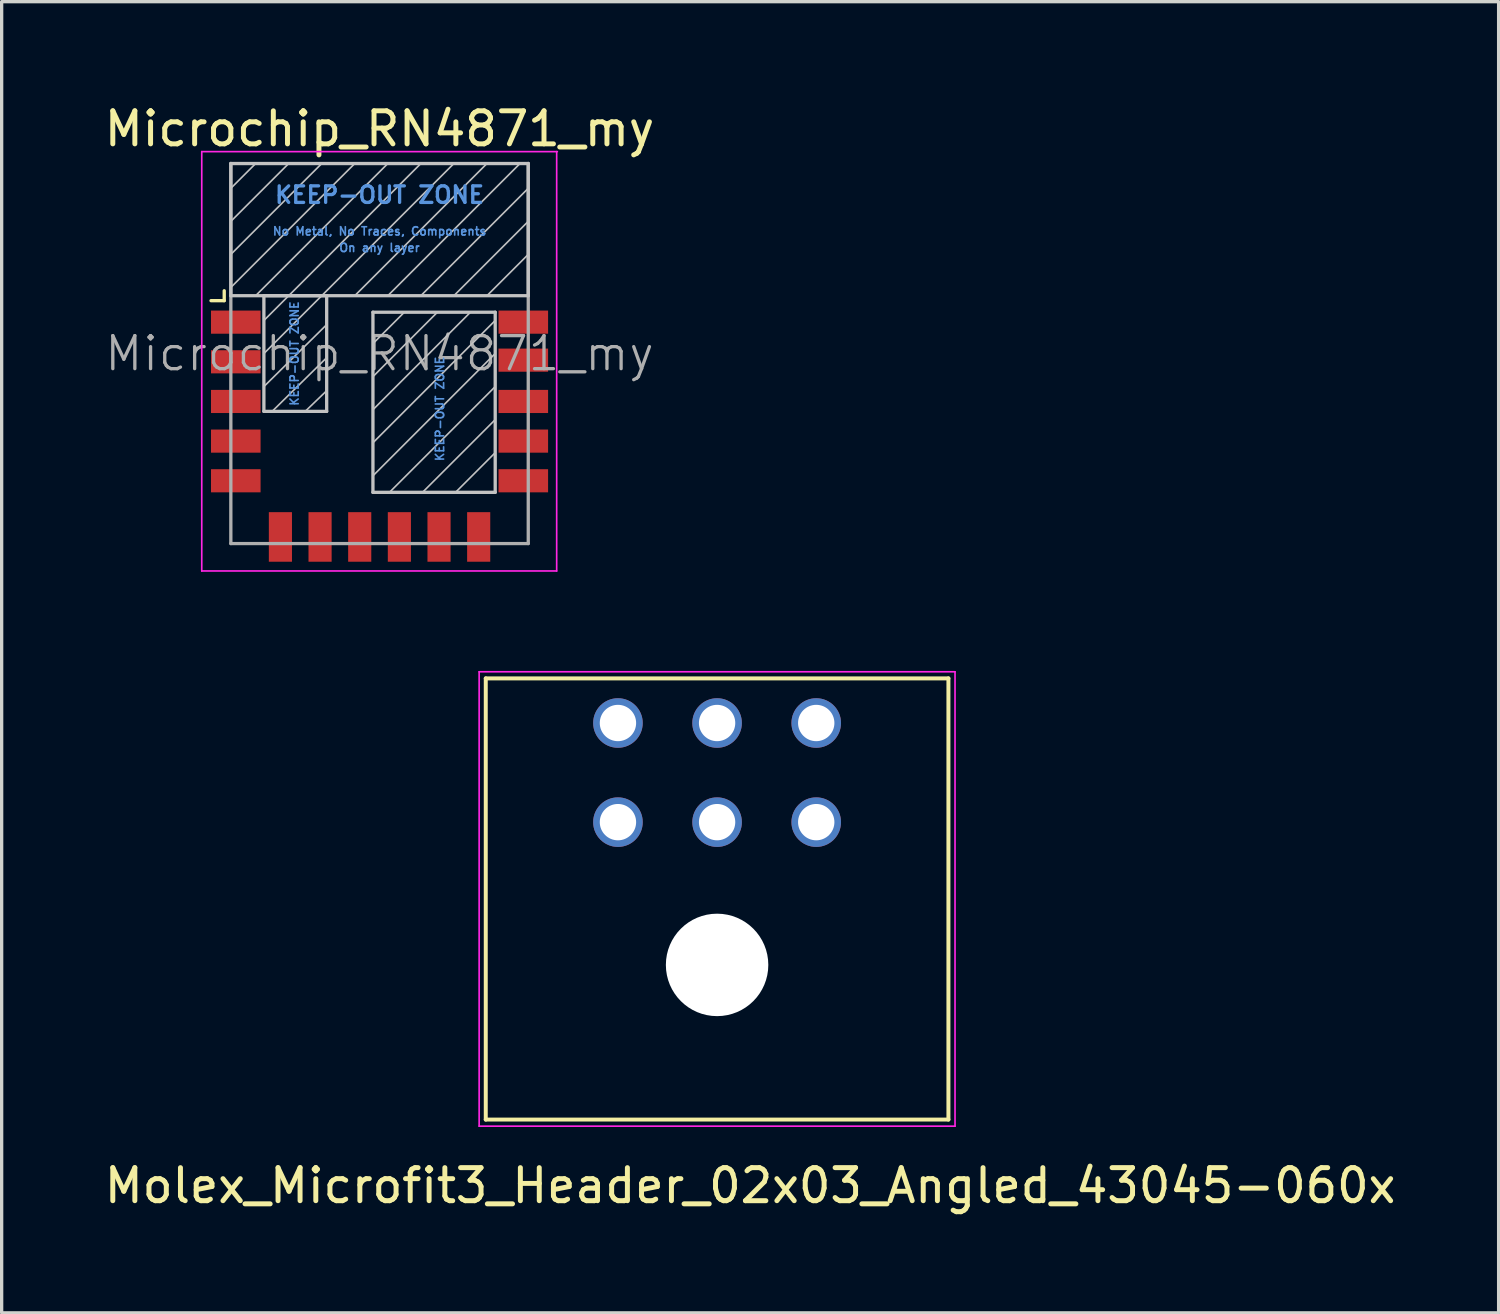
<source format=kicad_pcb>
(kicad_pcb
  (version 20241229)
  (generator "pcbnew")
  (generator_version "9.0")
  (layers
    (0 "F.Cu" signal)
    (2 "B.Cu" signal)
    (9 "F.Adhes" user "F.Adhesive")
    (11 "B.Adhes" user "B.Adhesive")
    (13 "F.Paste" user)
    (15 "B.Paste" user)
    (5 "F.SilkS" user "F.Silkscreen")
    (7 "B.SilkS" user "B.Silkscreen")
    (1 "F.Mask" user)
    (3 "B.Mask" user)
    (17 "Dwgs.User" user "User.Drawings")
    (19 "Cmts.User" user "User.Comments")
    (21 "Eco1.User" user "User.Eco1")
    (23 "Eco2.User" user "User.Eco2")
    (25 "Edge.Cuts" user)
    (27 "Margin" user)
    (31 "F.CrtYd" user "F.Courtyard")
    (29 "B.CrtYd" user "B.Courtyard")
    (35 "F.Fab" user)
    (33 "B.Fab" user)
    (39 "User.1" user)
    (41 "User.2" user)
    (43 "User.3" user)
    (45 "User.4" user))
  (footprint "Molex_Microfit3_Header_02x03_Angled_43045-060x"
    (layer "F.Cu")
    (at 21.649 21.828)
    (property "Reference" "Molex_Microfit3_Header_02x03_Angled_43045-060x" (at -2 11 0) (layer "F.SilkS") (effects (font (size 1 1) (thickness 0.15))))
    (attr through_hole)
    (fp_line (start -10 -4.35) (end 4 -4.35) (stroke (width 0.12) (type solid)) (layer "F.SilkS"))
    (fp_line (start -10 9) (end -10 -4.35) (stroke (width 0.12) (type solid)) (layer "F.SilkS"))
    (fp_line (start 4 -4.35) (end 4 9) (stroke (width 0.12) (type solid)) (layer "F.SilkS"))
    (fp_line (start 4 9) (end -10 9) (stroke (width 0.12) (type solid)) (layer "F.SilkS"))
    (fp_line (start -10.2 -4.55) (end -10.2 9.2) (stroke (width 0.05) (type solid)) (layer "F.CrtYd"))
    (fp_line (start -10.2 9.2) (end 4.2 9.2) (stroke (width 0.05) (type solid)) (layer "F.CrtYd"))
    (fp_line (start 4.2 -4.55) (end -10.2 -4.55) (stroke (width 0.05) (type solid)) (layer "F.CrtYd"))
    (fp_line (start 4.2 9.2) (end 4.2 -4.55) (stroke (width 0.05) (type solid)) (layer "F.CrtYd"))
    (pad "" np_thru_hole circle (at -3 4.32) (size 3.1 3.1) (drill 3.1) (layers "*.Cu" "*.Mask"))
    (pad "1" thru_hole circle (at 0 0) (size 1.5 1.5) (drill 1.1) (layers "*.Cu" "*.Mask"))
    (pad "2" thru_hole circle (at -3 0) (size 1.5 1.5) (drill 1.1) (layers "*.Cu" "*.Mask"))
    (pad "3" thru_hole circle (at -6 0) (size 1.5 1.5) (drill 1.1) (layers "*.Cu" "*.Mask"))
    (pad "4" thru_hole circle (at 0 -3) (size 1.5 1.5) (drill 1.1) (layers "*.Cu" "*.Mask"))
    (pad "5" thru_hole circle (at -3 -3) (size 1.5 1.5) (drill 1.1) (layers "*.Cu" "*.Mask"))
    (pad "6" thru_hole circle (at -6 -3) (size 1.5 1.5) (drill 1.1) (layers "*.Cu" "*.Mask")))
  (footprint "Microchip_RN4871_my"
    (layer "F.Cu")
    (at 8.435 10.148)
    (property "Reference" "Microchip_RN4871_my" (at 0 -9.3 0) (layer "F.SilkS") (effects (font (size 1 1) (thickness 0.15))))
    (attr smd)
    (fp_line (start -5.1 -4.1) (end -4.7 -4.1) (stroke (width 0.1) (type solid)) (layer "F.SilkS"))
    (fp_line (start -4.7 -4.1) (end -4.7 -4.4) (stroke (width 0.1) (type solid)) (layer "F.SilkS"))
    (fp_line (start -4.5 -7.5) (end -3.75 -8.25) (stroke (width 0.05) (type solid)) (layer "Dwgs.User"))
    (fp_line (start -4.5 -6.5) (end -2.75 -8.25) (stroke (width 0.05) (type solid)) (layer "Dwgs.User"))
    (fp_line (start -4.5 -5.5) (end -1.75 -8.25) (stroke (width 0.05) (type solid)) (layer "Dwgs.User"))
    (fp_line (start -4.5 -4.5) (end -0.75 -8.25) (stroke (width 0.05) (type solid)) (layer "Dwgs.User"))
    (fp_line (start -4.5 -4.25) (end -4.5 -8.25) (stroke (width 0.1) (type solid)) (layer "Dwgs.User"))
    (fp_line (start -4.5 -4.25) (end 4.5 -4.25) (stroke (width 0.1) (type solid)) (layer "Dwgs.User"))
    (fp_line (start -3.5 -4.25) (end -3.5 -0.75) (stroke (width 0.1) (type solid)) (layer "Dwgs.User"))
    (fp_line (start -3.5 -4.25) (end -1.6 -4.25) (stroke (width 0.1) (type solid)) (layer "Dwgs.User"))
    (fp_line (start -3.5 -1.5) (end -1.6 -3.375) (stroke (width 0.05) (type solid)) (layer "Dwgs.User"))
    (fp_line (start -3.5 -0.75) (end -1.6 -0.75) (stroke (width 0.1) (type solid)) (layer "Dwgs.User"))
    (fp_line (start -3.25 -0.75) (end -1.6 -2.375) (stroke (width 0.05) (type solid)) (layer "Dwgs.User"))
    (fp_line (start -2.75 -4.25) (end -3.5 -3.5) (stroke (width 0.05) (type solid)) (layer "Dwgs.User"))
    (fp_line (start -2.75 -4.25) (end 1.25 -8.25) (stroke (width 0.05) (type solid)) (layer "Dwgs.User"))
    (fp_line (start -2.25 -0.75) (end -1.6 -1.375) (stroke (width 0.05) (type solid)) (layer "Dwgs.User"))
    (fp_line (start -1.75 -4.25) (end -3.5 -2.5) (stroke (width 0.05) (type solid)) (layer "Dwgs.User"))
    (fp_line (start -1.75 -4.25) (end 2.25 -8.25) (stroke (width 0.05) (type solid)) (layer "Dwgs.User"))
    (fp_line (start -1.6 -0.75) (end -1.6 -4.25) (stroke (width 0.1) (type solid)) (layer "Dwgs.User"))
    (fp_line (start -0.75 -4.25) (end 3.25 -8.25) (stroke (width 0.05) (type solid)) (layer "Dwgs.User"))
    (fp_line (start -0.2 -3.75) (end -0.2 1.7) (stroke (width 0.1) (type solid)) (layer "Dwgs.User"))
    (fp_line (start -0.2 1.7) (end 3.5 1.7) (stroke (width 0.1) (type solid)) (layer "Dwgs.User"))
    (fp_line (start 0.25 -8.25) (end -3.75 -4.25) (stroke (width 0.05) (type solid)) (layer "Dwgs.User"))
    (fp_line (start 0.25 -4.25) (end 4.25 -8.25) (stroke (width 0.05) (type solid)) (layer "Dwgs.User"))
    (fp_line (start 0.3 1.7) (end 3.5 -1.5) (stroke (width 0.05) (type solid)) (layer "Dwgs.User"))
    (fp_line (start 0.75 -3.75) (end -0.2 -2.8) (stroke (width 0.05) (type solid)) (layer "Dwgs.User"))
    (fp_line (start 1.25 -4.25) (end 4.5 -7.5) (stroke (width 0.05) (type solid)) (layer "Dwgs.User"))
    (fp_line (start 1.3 1.7) (end 3.5 -0.5) (stroke (width 0.05) (type solid)) (layer "Dwgs.User"))
    (fp_line (start 1.75 -3.75) (end -0.2 -1.8) (stroke (width 0.05) (type solid)) (layer "Dwgs.User"))
    (fp_line (start 2.25 -4.25) (end 4.5 -6.5) (stroke (width 0.05) (type solid)) (layer "Dwgs.User"))
    (fp_line (start 2.3 1.7) (end 3.5 0.5) (stroke (width 0.05) (type solid)) (layer "Dwgs.User"))
    (fp_line (start 2.75 -3.75) (end -0.2 -0.8) (stroke (width 0.05) (type solid)) (layer "Dwgs.User"))
    (fp_line (start 3.25 -4.25) (end 4.5 -5.5) (stroke (width 0.05) (type solid)) (layer "Dwgs.User"))
    (fp_line (start 3.5 -3.75) (end -0.2 -3.75) (stroke (width 0.1) (type solid)) (layer "Dwgs.User"))
    (fp_line (start 3.5 -3.5) (end -0.2 0.2) (stroke (width 0.05) (type solid)) (layer "Dwgs.User"))
    (fp_line (start 3.5 -2.5) (end -0.2 1.2) (stroke (width 0.05) (type solid)) (layer "Dwgs.User"))
    (fp_line (start 3.5 1.7) (end 3.5 -3.75) (stroke (width 0.1) (type solid)) (layer "Dwgs.User"))
    (fp_line (start 4.5 -8.25) (end -4.5 -8.25) (stroke (width 0.1) (type solid)) (layer "Dwgs.User"))
    (fp_line (start 4.5 -4.25) (end 4.5 -8.25) (stroke (width 0.1) (type solid)) (layer "Dwgs.User"))
    (fp_line (start -5.38 4.08) (end -5.38 -8.61) (stroke (width 0.05) (type solid)) (layer "F.CrtYd"))
    (fp_line (start -5.38 4.08) (end 5.36 4.08) (stroke (width 0.05) (type solid)) (layer "F.CrtYd"))
    (fp_line (start 5.36 4.08) (end 5.36 -8.61) (stroke (width 0.05) (type solid)) (layer "F.CrtYd"))
    (fp_line (start 5.38 -8.61) (end -5.38 -8.61) (stroke (width 0.05) (type solid)) (layer "F.CrtYd"))
    (fp_line (start -4.5 -8.25) (end -4.5 3.25) (stroke (width 0.1) (type solid)) (layer "F.Fab"))
    (fp_line (start -4.5 3.25) (end 4.5 3.25) (stroke (width 0.1) (type solid)) (layer "F.Fab"))
    (fp_line (start 4.5 3.25) (end 4.5 -8.25) (stroke (width 0.1) (type solid)) (layer "F.Fab"))
    (fp_text user "KEEP-OUT ZONE" (at -2.575 -2.5 90) (layer "Cmts.User") (effects (font (size 0.25 0.25) (thickness 0.05))))
    (fp_text user "On any layer" (at 0 -5.7 0) (layer "Cmts.User") (effects (font (size 0.25 0.25) (thickness 0.05))))
    (fp_text user "KEEP-OUT ZONE" (at 1.825 -0.825 90) (layer "Cmts.User") (effects (font (size 0.25 0.25) (thickness 0.05))))
    (fp_text user "KEEP-OUT ZONE" (at 0 -7.3 0) (layer "Cmts.User") (effects (font (size 0.5 0.5) (thickness 0.1))))
    (fp_text user "No Metal, No Traces, Components" (at 0 -6.2 0) (layer "Cmts.User") (effects (font (size 0.25 0.25) (thickness 0.05))))
    (fp_text user "${REFERENCE}" (at 0 -2.5 0) (layer "F.Fab") (effects (font (size 1 1) (thickness 0.1))))
    (pad "1" smd rect (at -4.35 -3.45 90) (size 0.7 1.5) (layers "F.Cu" "F.Mask" "F.Paste"))
    (pad "2" smd rect (at -4.35 -2.25 90) (size 0.7 1.5) (layers "F.Cu" "F.Mask" "F.Paste"))
    (pad "3" smd rect (at -4.35 -1.05 90) (size 0.7 1.5) (layers "F.Cu" "F.Mask" "F.Paste"))
    (pad "4" smd rect (at -4.35 0.15 90) (size 0.7 1.5) (layers "F.Cu" "F.Mask" "F.Paste"))
    (pad "5" smd rect (at -4.35 1.35 90) (size 0.7 1.5) (layers "F.Cu" "F.Mask" "F.Paste"))
    (pad "6" smd rect (at -3 3.05) (size 0.7 1.5) (layers "F.Cu" "F.Mask" "F.Paste"))
    (pad "7" smd rect (at -1.8 3.05) (size 0.7 1.5) (layers "F.Cu" "F.Mask" "F.Paste"))
    (pad "8" smd rect (at -0.6 3.05) (size 0.7 1.5) (layers "F.Cu" "F.Mask" "F.Paste"))
    (pad "9" smd rect (at 0.6 3.05) (size 0.7 1.5) (layers "F.Cu" "F.Mask" "F.Paste"))
    (pad "10" smd rect (at 1.8 3.05) (size 0.7 1.5) (layers "F.Cu" "F.Mask" "F.Paste"))
    (pad "11" smd rect (at 3 3.05) (size 0.7 1.5) (layers "F.Cu" "F.Mask" "F.Paste"))
    (pad "12" smd rect (at 4.35 1.35 90) (size 0.7 1.5) (layers "F.Cu" "F.Mask" "F.Paste"))
    (pad "13" smd rect (at 4.35 0.15 90) (size 0.7 1.5) (layers "F.Cu" "F.Mask" "F.Paste"))
    (pad "14" smd rect (at 4.35 -1.05 90) (size 0.7 1.5) (layers "F.Cu" "F.Mask" "F.Paste"))
    (pad "15" smd rect (at 4.35 -2.3 90) (size 0.7 1.5) (layers "F.Cu" "F.Mask" "F.Paste"))
    (pad "16" smd rect (at 4.35 -3.45 90) (size 0.7 1.5) (layers "F.Cu" "F.Mask" "F.Paste")))
  (gr_rect
    (start -3 -3)
    (end 42.298 36.676)
    (stroke (width 0.1) (type default))
    (fill no)
    (layer "Edge.Cuts")))
</source>
